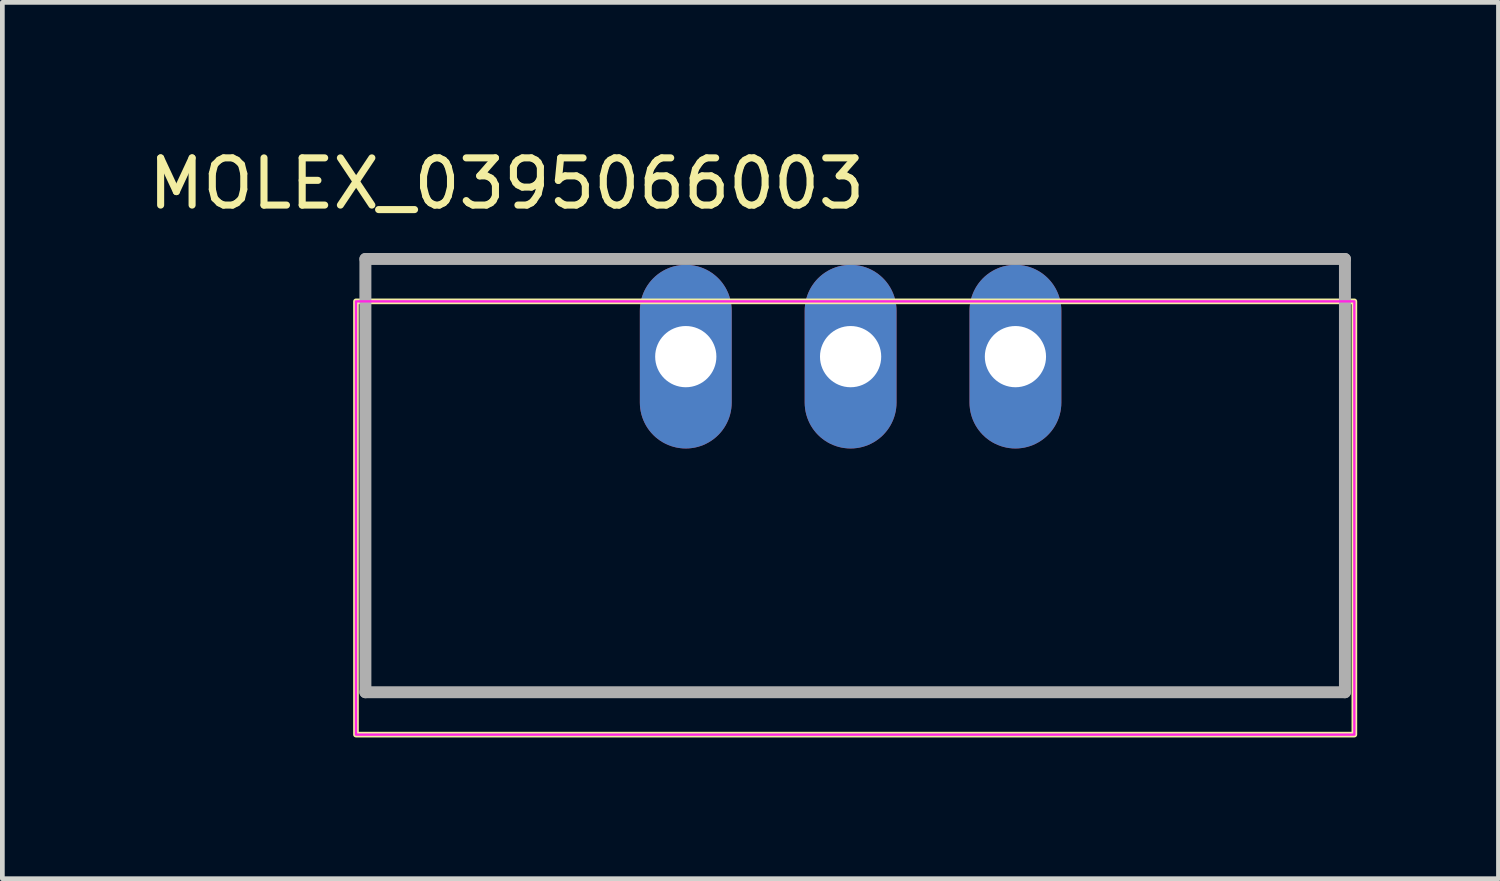
<source format=kicad_pcb>
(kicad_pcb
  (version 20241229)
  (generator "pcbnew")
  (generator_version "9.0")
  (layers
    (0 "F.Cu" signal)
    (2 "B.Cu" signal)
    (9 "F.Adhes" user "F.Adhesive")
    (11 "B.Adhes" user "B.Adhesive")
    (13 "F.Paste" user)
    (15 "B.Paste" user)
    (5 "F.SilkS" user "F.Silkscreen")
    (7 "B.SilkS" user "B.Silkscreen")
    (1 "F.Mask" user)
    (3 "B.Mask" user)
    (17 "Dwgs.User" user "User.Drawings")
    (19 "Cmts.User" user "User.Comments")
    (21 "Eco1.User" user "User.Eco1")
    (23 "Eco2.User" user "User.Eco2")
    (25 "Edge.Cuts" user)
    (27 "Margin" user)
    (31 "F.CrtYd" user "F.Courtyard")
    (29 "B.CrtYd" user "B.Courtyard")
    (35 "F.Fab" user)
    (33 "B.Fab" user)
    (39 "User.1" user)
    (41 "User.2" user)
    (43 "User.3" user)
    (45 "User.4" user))
  (footprint "MOLEX_0395066003"
    (layer "F.Cu")
    (at 15.009 4.549)
    (property "Reference" "MOLEX_0395066003" (at -7.3 -3.7 0) (layer "F.SilkS") (effects (font (size 1.002 1.002) (thickness 0.15))))
    (attr through_hole)
    (fp_rect (start -10.5 -1.2) (end 10.7 8) (stroke (width 0.12) (type solid)) (fill no) (layer "F.SilkS"))
    (fp_rect (start -10.5 8) (end 10.7 -1.2) (stroke (width 0.05) (type solid)) (fill no) (layer "F.CrtYd"))
    (fp_line (start -10.3 -2.1) (end -10.3 7.1) (stroke (width 0.254) (type solid)) (layer "F.Fab"))
    (fp_line (start -10.3 7.1) (end 10.5 7.1) (stroke (width 0.254) (type solid)) (layer "F.Fab"))
    (fp_line (start 10.5 -2.1) (end -10.3 -2.1) (stroke (width 0.254) (type solid)) (layer "F.Fab"))
    (fp_line (start 10.5 7.1) (end 10.5 -2.1) (stroke (width 0.254) (type solid)) (layer "F.Fab"))
    (pad "1" thru_hole oval (at -3.497 -0.026) (size 1.95 3.9) (drill 1.3) (layers "*.Cu" "*.Mask"))
    (pad "2" thru_hole oval (at 0.003 -0.026) (size 1.95 3.9) (drill 1.3) (layers "*.Cu" "*.Mask"))
    (pad "3" thru_hole oval (at 3.503 -0.026) (size 1.95 3.9) (drill 1.3) (layers "*.Cu" "*.Mask")))
  (gr_rect
    (start -3 -3)
    (end 28.769 15.609)
    (stroke (width 0.1) (type default))
    (fill no)
    (layer "Edge.Cuts")))
</source>
